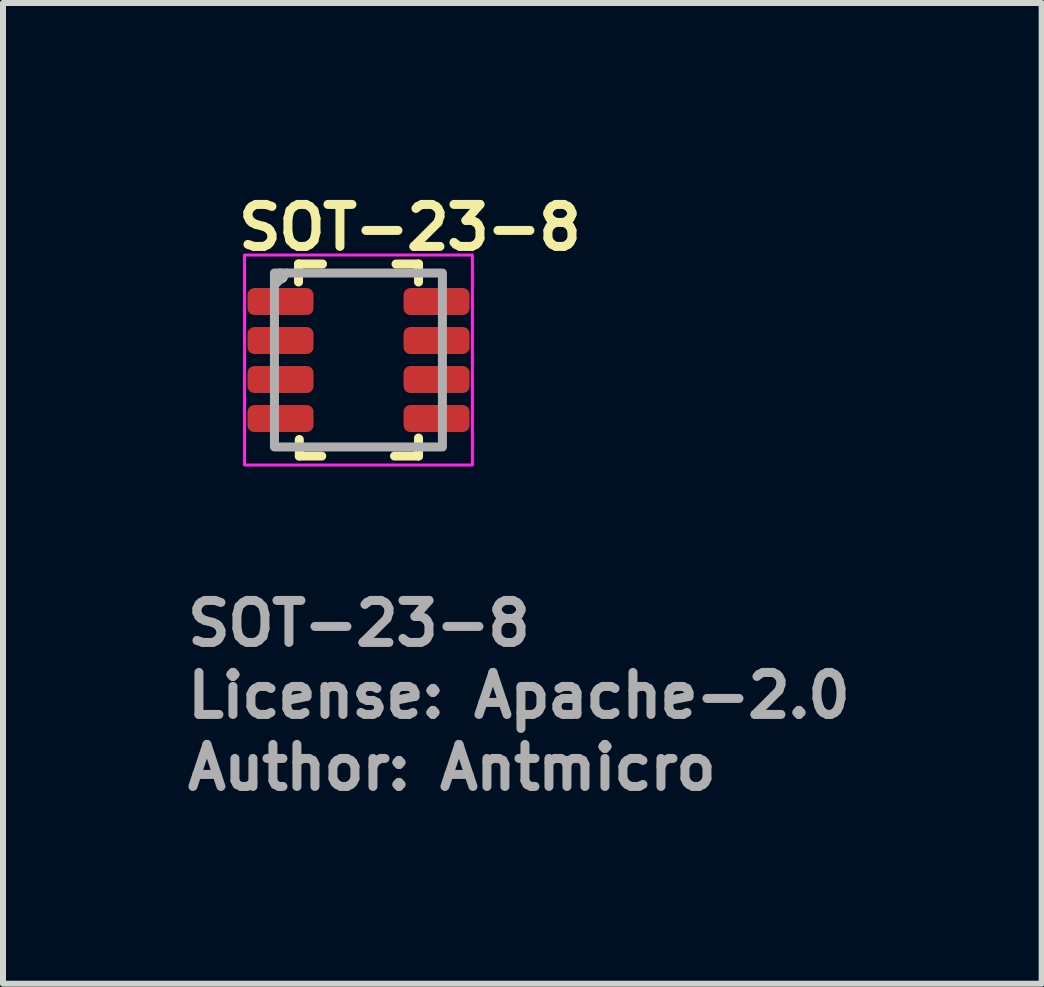
<source format=kicad_pcb>
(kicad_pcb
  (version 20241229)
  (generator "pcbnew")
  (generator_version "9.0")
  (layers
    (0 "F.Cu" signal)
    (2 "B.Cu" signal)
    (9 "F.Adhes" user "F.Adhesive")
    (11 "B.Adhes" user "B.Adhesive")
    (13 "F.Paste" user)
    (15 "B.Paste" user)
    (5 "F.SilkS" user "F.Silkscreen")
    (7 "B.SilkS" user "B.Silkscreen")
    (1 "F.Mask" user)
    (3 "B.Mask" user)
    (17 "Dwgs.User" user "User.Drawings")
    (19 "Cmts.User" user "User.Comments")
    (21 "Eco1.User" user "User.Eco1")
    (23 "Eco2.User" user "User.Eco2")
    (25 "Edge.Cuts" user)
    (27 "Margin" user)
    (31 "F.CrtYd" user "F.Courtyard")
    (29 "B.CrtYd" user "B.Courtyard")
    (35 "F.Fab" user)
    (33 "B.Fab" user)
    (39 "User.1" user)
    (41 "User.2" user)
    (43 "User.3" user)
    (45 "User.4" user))
  (footprint "SOT-23-8"
    (layer "F.Cu")
    (at 2.925 2.95)
    (property "Reference" "SOT-23-8" (at -2.075 -1.8 0) (layer "F.SilkS") (effects (font (size 0.7 0.7) (thickness 0.15)) (justify left bottom)))
    (attr smd)
    (fp_line (start -1 -1.6) (end -0.6 -1.6) (stroke (width 0.15) (type solid)) (layer "F.SilkS"))
    (fp_line (start -1 -1.3) (end -1 -1.6) (stroke (width 0.15) (type solid)) (layer "F.SilkS"))
    (fp_line (start -0.987 1.6) (end -0.987 1.324) (stroke (width 0.15) (type solid)) (layer "F.SilkS"))
    (fp_line (start -0.613 1.6) (end -0.987 1.6) (stroke (width 0.15) (type solid)) (layer "F.SilkS"))
    (fp_line (start 1 -1.6) (end 0.625 -1.6) (stroke (width 0.15) (type solid)) (layer "F.SilkS"))
    (fp_line (start 1 -1.3) (end 1 -1.6) (stroke (width 0.15) (type solid)) (layer "F.SilkS"))
    (fp_line (start 1 1.3) (end 1 1.6) (stroke (width 0.15) (type solid)) (layer "F.SilkS"))
    (fp_line (start 1 1.6) (end 0.6 1.6) (stroke (width 0.15) (type solid)) (layer "F.SilkS"))
    (fp_circle (center -1.3 -1.4) (end -1.25 -1.4) (stroke (width 0.15) (type solid)) (fill yes) (layer "F.SilkS"))
    (fp_rect (start -1.9 -1.75) (end 1.898 1.75) (stroke (width 0.05) (type solid)) (fill no) (layer "F.CrtYd"))
    (fp_line (start -1.4 -1.25) (end -1.2 -1.45) (stroke (width 0.15) (type solid)) (layer "F.Fab"))
    (fp_rect (start -1.401 -1.45) (end 1.398 1.449) (stroke (width 0.15) (type solid)) (fill no) (layer "F.Fab"))
    (fp_rect (start -1.401 -1.45) (end 1.398 1.449) (stroke (width 0.1) (type solid)) (fill no) (layer "User.5"))
    (fp_line (start -1.401 -1.125) (end -1.401 -0.826) (stroke (width 0.02) (type solid)) (layer "User.9"))
    (fp_line (start -1.401 -1.125) (end -1.18 -1.125) (stroke (width 0.02) (type solid)) (layer "User.9"))
    (fp_line (start -1.401 -0.476) (end -1.401 -0.176) (stroke (width 0.02) (type solid)) (layer "User.9"))
    (fp_line (start -1.401 -0.476) (end -1.18 -0.476) (stroke (width 0.02) (type solid)) (layer "User.9"))
    (fp_line (start -1.401 0.174) (end -1.401 0.474) (stroke (width 0.02) (type solid)) (layer "User.9"))
    (fp_line (start -1.401 0.174) (end -1.18 0.174) (stroke (width 0.02) (type solid)) (layer "User.9"))
    (fp_line (start -1.401 0.824) (end -1.401 1.124) (stroke (width 0.02) (type solid)) (layer "User.9"))
    (fp_line (start -1.401 0.824) (end -1.18 0.824) (stroke (width 0.02) (type solid)) (layer "User.9"))
    (fp_line (start -1.18 -1.125) (end -1.101 -1.125) (stroke (width 0.02) (type solid)) (layer "User.9"))
    (fp_line (start -1.18 -0.826) (end -1.401 -0.826) (stroke (width 0.02) (type solid)) (layer "User.9"))
    (fp_line (start -1.18 -0.476) (end -1.101 -0.476) (stroke (width 0.02) (type solid)) (layer "User.9"))
    (fp_line (start -1.18 -0.176) (end -1.401 -0.176) (stroke (width 0.02) (type solid)) (layer "User.9"))
    (fp_line (start -1.18 0.174) (end -1.101 0.174) (stroke (width 0.02) (type solid)) (layer "User.9"))
    (fp_line (start -1.18 0.474) (end -1.401 0.474) (stroke (width 0.02) (type solid)) (layer "User.9"))
    (fp_line (start -1.18 0.824) (end -1.101 0.824) (stroke (width 0.02) (type solid)) (layer "User.9"))
    (fp_line (start -1.18 1.124) (end -1.401 1.124) (stroke (width 0.02) (type solid)) (layer "User.9"))
    (fp_line (start -1.101 -1.125) (end -1.101 -0.826) (stroke (width 0.02) (type solid)) (layer "User.9"))
    (fp_line (start -1.101 -0.826) (end -1.18 -0.826) (stroke (width 0.02) (type solid)) (layer "User.9"))
    (fp_line (start -1.101 -0.476) (end -1.101 -0.176) (stroke (width 0.02) (type solid)) (layer "User.9"))
    (fp_line (start -1.101 -0.176) (end -1.18 -0.176) (stroke (width 0.02) (type solid)) (layer "User.9"))
    (fp_line (start -1.101 0.174) (end -1.101 0.474) (stroke (width 0.02) (type solid)) (layer "User.9"))
    (fp_line (start -1.101 0.474) (end -1.18 0.474) (stroke (width 0.02) (type solid)) (layer "User.9"))
    (fp_line (start -1.101 0.824) (end -1.101 1.124) (stroke (width 0.02) (type solid)) (layer "User.9"))
    (fp_line (start -1.101 1.124) (end -1.18 1.124) (stroke (width 0.02) (type solid)) (layer "User.9"))
    (fp_line (start -0.865 -1.125) (end -1.101 -1.125) (stroke (width 0.02) (type solid)) (layer "User.9"))
    (fp_line (start -0.865 -1.125) (end -0.802 -1.125) (stroke (width 0.02) (type solid)) (layer "User.9"))
    (fp_line (start -0.865 -0.826) (end -1.101 -0.826) (stroke (width 0.02) (type solid)) (layer "User.9"))
    (fp_line (start -0.865 -0.476) (end -1.101 -0.476) (stroke (width 0.02) (type solid)) (layer "User.9"))
    (fp_line (start -0.865 -0.476) (end -0.802 -0.476) (stroke (width 0.02) (type solid)) (layer "User.9"))
    (fp_line (start -0.865 -0.176) (end -1.101 -0.176) (stroke (width 0.02) (type solid)) (layer "User.9"))
    (fp_line (start -0.865 0.174) (end -1.101 0.174) (stroke (width 0.02) (type solid)) (layer "User.9"))
    (fp_line (start -0.865 0.174) (end -0.802 0.174) (stroke (width 0.02) (type solid)) (layer "User.9"))
    (fp_line (start -0.865 0.474) (end -1.101 0.474) (stroke (width 0.02) (type solid)) (layer "User.9"))
    (fp_line (start -0.865 0.824) (end -1.101 0.824) (stroke (width 0.02) (type solid)) (layer "User.9"))
    (fp_line (start -0.865 0.824) (end -0.802 0.824) (stroke (width 0.02) (type solid)) (layer "User.9"))
    (fp_line (start -0.865 1.124) (end -1.101 1.124) (stroke (width 0.02) (type solid)) (layer "User.9"))
    (fp_line (start -0.802 -1.45) (end -0.802 1.449) (stroke (width 0.02) (type solid)) (layer "User.9"))
    (fp_line (start -0.802 -1.45) (end -0.75 -1.401) (stroke (width 0.02) (type solid)) (layer "User.9"))
    (fp_line (start -0.802 -1.125) (end -0.802 -0.826) (stroke (width 0.02) (type solid)) (layer "User.9"))
    (fp_line (start -0.802 -0.826) (end -0.865 -0.826) (stroke (width 0.02) (type solid)) (layer "User.9"))
    (fp_line (start -0.802 -0.476) (end -0.802 -0.176) (stroke (width 0.02) (type solid)) (layer "User.9"))
    (fp_line (start -0.802 -0.176) (end -0.865 -0.176) (stroke (width 0.02) (type solid)) (layer "User.9"))
    (fp_line (start -0.802 0.174) (end -0.802 0.474) (stroke (width 0.02) (type solid)) (layer "User.9"))
    (fp_line (start -0.802 0.474) (end -0.865 0.474) (stroke (width 0.02) (type solid)) (layer "User.9"))
    (fp_line (start -0.802 0.824) (end -0.802 1.124) (stroke (width 0.02) (type solid)) (layer "User.9"))
    (fp_line (start -0.802 1.124) (end -0.865 1.124) (stroke (width 0.02) (type solid)) (layer "User.9"))
    (fp_line (start -0.802 1.449) (end -0.75 1.398) (stroke (width 0.02) (type solid)) (layer "User.9"))
    (fp_line (start -0.802 1.449) (end 0.8 1.449) (stroke (width 0.02) (type solid)) (layer "User.9"))
    (fp_line (start -0.75 1.398) (end -0.75 -1.401) (stroke (width 0.02) (type solid)) (layer "User.9"))
    (fp_line (start -0.552 -1.051) (end -0.551 -1.061) (stroke (width 0.02) (type solid)) (layer "User.9"))
    (fp_line (start -0.552 -1.051) (end -0.551 -1.041) (stroke (width 0.02) (type solid)) (layer "User.9"))
    (fp_line (start -0.551 -1.065) (end -0.551 -1.061) (stroke (width 0.02) (type solid)) (layer "User.9"))
    (fp_line (start -0.551 -1.061) (end -0.551 -1.057) (stroke (width 0.02) (type solid)) (layer "User.9"))
    (fp_line (start -0.551 -1.061) (end -0.55 -1.071) (stroke (width 0.02) (type solid)) (layer "User.9"))
    (fp_line (start -0.551 -1.057) (end -0.552 -1.051) (stroke (width 0.02) (type solid)) (layer "User.9"))
    (fp_line (start -0.551 -1.045) (end -0.552 -1.051) (stroke (width 0.02) (type solid)) (layer "User.9"))
    (fp_line (start -0.551 -1.041) (end -0.551 -1.045) (stroke (width 0.02) (type solid)) (layer "User.9"))
    (fp_line (start -0.551 -1.041) (end -0.55 -1.031) (stroke (width 0.02) (type solid)) (layer "User.9"))
    (fp_line (start -0.551 -1.037) (end -0.551 -1.041) (stroke (width 0.02) (type solid)) (layer "User.9"))
    (fp_line (start -0.55 -1.071) (end -0.551 -1.065) (stroke (width 0.02) (type solid)) (layer "User.9"))
    (fp_line (start -0.55 -1.071) (end -0.549 -1.081) (stroke (width 0.02) (type solid)) (layer "User.9"))
    (fp_line (start -0.55 -1.031) (end -0.551 -1.037) (stroke (width 0.02) (type solid)) (layer "User.9"))
    (fp_line (start -0.55 -1.031) (end -0.549 -1.022) (stroke (width 0.02) (type solid)) (layer "User.9"))
    (fp_line (start -0.549 -1.081) (end -0.549 -1.075) (stroke (width 0.02) (type solid)) (layer "User.9"))
    (fp_line (start -0.549 -1.081) (end -0.546 -1.091) (stroke (width 0.02) (type solid)) (layer "User.9"))
    (fp_line (start -0.549 -1.075) (end -0.55 -1.071) (stroke (width 0.02) (type solid)) (layer "User.9"))
    (fp_line (start -0.549 -1.027) (end -0.55 -1.031) (stroke (width 0.02) (type solid)) (layer "User.9"))
    (fp_line (start -0.549 -1.022) (end -0.549 -1.027) (stroke (width 0.02) (type solid)) (layer "User.9"))
    (fp_line (start -0.549 -1.022) (end -0.546 -1.012) (stroke (width 0.02) (type solid)) (layer "User.9"))
    (fp_line (start -0.548 -1.085) (end -0.549 -1.081) (stroke (width 0.02) (type solid)) (layer "User.9"))
    (fp_line (start -0.548 -1.016) (end -0.549 -1.022) (stroke (width 0.02) (type solid)) (layer "User.9"))
    (fp_line (start -0.546 -1.091) (end -0.548 -1.085) (stroke (width 0.02) (type solid)) (layer "User.9"))
    (fp_line (start -0.546 -1.091) (end -0.543 -1.099) (stroke (width 0.02) (type solid)) (layer "User.9"))
    (fp_line (start -0.546 -1.012) (end -0.548 -1.016) (stroke (width 0.02) (type solid)) (layer "User.9"))
    (fp_line (start -0.546 -1.012) (end -0.543 -1.002) (stroke (width 0.02) (type solid)) (layer "User.9"))
    (fp_line (start -0.545 -1.095) (end -0.546 -1.091) (stroke (width 0.02) (type solid)) (layer "User.9"))
    (fp_line (start -0.545 -1.008) (end -0.546 -1.012) (stroke (width 0.02) (type solid)) (layer "User.9"))
    (fp_line (start -0.543 -1.099) (end -0.545 -1.095) (stroke (width 0.02) (type solid)) (layer "User.9"))
    (fp_line (start -0.543 -1.099) (end -0.54 -1.109) (stroke (width 0.02) (type solid)) (layer "User.9"))
    (fp_line (start -0.543 -1.002) (end -0.545 -1.008) (stroke (width 0.02) (type solid)) (layer "User.9"))
    (fp_line (start -0.543 -1.002) (end -0.54 -0.993) (stroke (width 0.02) (type solid)) (layer "User.9"))
    (fp_line (start -0.542 -1.105) (end -0.543 -1.099) (stroke (width 0.02) (type solid)) (layer "User.9"))
    (fp_line (start -0.542 -0.997) (end -0.543 -1.002) (stroke (width 0.02) (type solid)) (layer "User.9"))
    (fp_line (start -0.54 -1.109) (end -0.542 -1.105) (stroke (width 0.02) (type solid)) (layer "User.9"))
    (fp_line (start -0.54 -1.109) (end -0.536 -1.117) (stroke (width 0.02) (type solid)) (layer "User.9"))
    (fp_line (start -0.54 -0.993) (end -0.542 -0.997) (stroke (width 0.02) (type solid)) (layer "User.9"))
    (fp_line (start -0.54 -0.993) (end -0.536 -0.984) (stroke (width 0.02) (type solid)) (layer "User.9"))
    (fp_line (start -0.538 -1.113) (end -0.54 -1.109) (stroke (width 0.02) (type solid)) (layer "User.9"))
    (fp_line (start -0.538 -0.988) (end -0.54 -0.993) (stroke (width 0.02) (type solid)) (layer "User.9"))
    (fp_line (start -0.536 -1.117) (end -0.538 -1.113) (stroke (width 0.02) (type solid)) (layer "User.9"))
    (fp_line (start -0.536 -1.117) (end -0.531 -1.125) (stroke (width 0.02) (type solid)) (layer "User.9"))
    (fp_line (start -0.536 -0.984) (end -0.538 -0.988) (stroke (width 0.02) (type solid)) (layer "User.9"))
    (fp_line (start -0.536 -0.984) (end -0.531 -0.975) (stroke (width 0.02) (type solid)) (layer "User.9"))
    (fp_line (start -0.534 -1.121) (end -0.536 -1.117) (stroke (width 0.02) (type solid)) (layer "User.9"))
    (fp_line (start -0.534 -0.98) (end -0.536 -0.984) (stroke (width 0.02) (type solid)) (layer "User.9"))
    (fp_line (start -0.531 -1.125) (end -0.534 -1.121) (stroke (width 0.02) (type solid)) (layer "User.9"))
    (fp_line (start -0.531 -1.125) (end -0.526 -1.135) (stroke (width 0.02) (type solid)) (layer "User.9"))
    (fp_line (start -0.531 -0.975) (end -0.534 -0.98) (stroke (width 0.02) (type solid)) (layer "User.9"))
    (fp_line (start -0.531 -0.975) (end -0.526 -0.967) (stroke (width 0.02) (type solid)) (layer "User.9"))
    (fp_line (start -0.529 -1.131) (end -0.531 -1.125) (stroke (width 0.02) (type solid)) (layer "User.9"))
    (fp_line (start -0.529 -0.971) (end -0.531 -0.975) (stroke (width 0.02) (type solid)) (layer "User.9"))
    (fp_line (start -0.526 -1.135) (end -0.529 -1.131) (stroke (width 0.02) (type solid)) (layer "User.9"))
    (fp_line (start -0.526 -1.135) (end -0.521 -1.143) (stroke (width 0.02) (type solid)) (layer "User.9"))
    (fp_line (start -0.526 -0.967) (end -0.529 -0.971) (stroke (width 0.02) (type solid)) (layer "User.9"))
    (fp_line (start -0.526 -0.967) (end -0.521 -0.96) (stroke (width 0.02) (type solid)) (layer "User.9"))
    (fp_line (start -0.524 -1.139) (end -0.526 -1.135) (stroke (width 0.02) (type solid)) (layer "User.9"))
    (fp_line (start -0.524 -0.963) (end -0.526 -0.967) (stroke (width 0.02) (type solid)) (layer "User.9"))
    (fp_line (start -0.521 -1.143) (end -0.524 -1.139) (stroke (width 0.02) (type solid)) (layer "User.9"))
    (fp_line (start -0.521 -1.143) (end -0.514 -1.149) (stroke (width 0.02) (type solid)) (layer "User.9"))
    (fp_line (start -0.521 -0.96) (end -0.524 -0.963) (stroke (width 0.02) (type solid)) (layer "User.9"))
    (fp_line (start -0.521 -0.96) (end -0.514 -0.953) (stroke (width 0.02) (type solid)) (layer "User.9"))
    (fp_line (start -0.518 -1.145) (end -0.521 -1.143) (stroke (width 0.02) (type solid)) (layer "User.9"))
    (fp_line (start -0.518 -0.957) (end -0.521 -0.96) (stroke (width 0.02) (type solid)) (layer "User.9"))
    (fp_line (start -0.514 -1.149) (end -0.518 -1.145) (stroke (width 0.02) (type solid)) (layer "User.9"))
    (fp_line (start -0.514 -1.149) (end -0.507 -1.156) (stroke (width 0.02) (type solid)) (layer "User.9"))
    (fp_line (start -0.514 -0.953) (end -0.518 -0.957) (stroke (width 0.02) (type solid)) (layer "User.9"))
    (fp_line (start -0.514 -0.953) (end -0.507 -0.946) (stroke (width 0.02) (type solid)) (layer "User.9"))
    (fp_line (start -0.51 -1.154) (end -0.514 -1.149) (stroke (width 0.02) (type solid)) (layer "User.9"))
    (fp_line (start -0.51 -0.949) (end -0.514 -0.953) (stroke (width 0.02) (type solid)) (layer "User.9"))
    (fp_line (start -0.507 -1.156) (end -0.51 -1.154) (stroke (width 0.02) (type solid)) (layer "User.9"))
    (fp_line (start -0.507 -1.156) (end -0.5 -1.164) (stroke (width 0.02) (type solid)) (layer "User.9"))
    (fp_line (start -0.507 -0.946) (end -0.51 -0.949) (stroke (width 0.02) (type solid)) (layer "User.9"))
    (fp_line (start -0.507 -0.946) (end -0.5 -0.939) (stroke (width 0.02) (type solid)) (layer "User.9"))
    (fp_line (start -0.503 -1.16) (end -0.507 -1.156) (stroke (width 0.02) (type solid)) (layer "User.9"))
    (fp_line (start -0.503 -0.942) (end -0.507 -0.946) (stroke (width 0.02) (type solid)) (layer "User.9"))
    (fp_line (start -0.5 -1.164) (end -0.503 -1.16) (stroke (width 0.02) (type solid)) (layer "User.9"))
    (fp_line (start -0.5 -1.164) (end -0.492 -1.17) (stroke (width 0.02) (type solid)) (layer "User.9"))
    (fp_line (start -0.5 -0.939) (end -0.503 -0.942) (stroke (width 0.02) (type solid)) (layer "User.9"))
    (fp_line (start -0.5 -0.939) (end -0.492 -0.933) (stroke (width 0.02) (type solid)) (layer "User.9"))
    (fp_line (start -0.496 -1.166) (end -0.5 -1.164) (stroke (width 0.02) (type solid)) (layer "User.9"))
    (fp_line (start -0.496 -0.936) (end -0.5 -0.939) (stroke (width 0.02) (type solid)) (layer "User.9"))
    (fp_line (start -0.492 -1.17) (end -0.496 -1.166) (stroke (width 0.02) (type solid)) (layer "User.9"))
    (fp_line (start -0.492 -1.17) (end -0.484 -1.176) (stroke (width 0.02) (type solid)) (layer "User.9"))
    (fp_line (start -0.492 -0.933) (end -0.496 -0.936) (stroke (width 0.02) (type solid)) (layer "User.9"))
    (fp_line (start -0.492 -0.933) (end -0.484 -0.927) (stroke (width 0.02) (type solid)) (layer "User.9"))
    (fp_line (start -0.488 -1.172) (end -0.492 -1.17) (stroke (width 0.02) (type solid)) (layer "User.9"))
    (fp_line (start -0.488 -0.93) (end -0.492 -0.933) (stroke (width 0.02) (type solid)) (layer "User.9"))
    (fp_line (start -0.484 -1.176) (end -0.488 -1.172) (stroke (width 0.02) (type solid)) (layer "User.9"))
    (fp_line (start -0.484 -1.176) (end -0.476 -1.18) (stroke (width 0.02) (type solid)) (layer "User.9"))
    (fp_line (start -0.484 -0.927) (end -0.488 -0.93) (stroke (width 0.02) (type solid)) (layer "User.9"))
    (fp_line (start -0.484 -0.927) (end -0.476 -0.922) (stroke (width 0.02) (type solid)) (layer "User.9"))
    (fp_line (start -0.48 -1.178) (end -0.484 -1.176) (stroke (width 0.02) (type solid)) (layer "User.9"))
    (fp_line (start -0.48 -0.924) (end -0.484 -0.927) (stroke (width 0.02) (type solid)) (layer "User.9"))
    (fp_line (start -0.476 -1.18) (end -0.48 -1.178) (stroke (width 0.02) (type solid)) (layer "User.9"))
    (fp_line (start -0.476 -1.18) (end -0.476 -1.18) (stroke (width 0.02) (type solid)) (layer "User.9"))
    (fp_line (start -0.476 -1.18) (end -0.476 -1.18) (stroke (width 0.02) (type solid)) (layer "User.9"))
    (fp_line (start -0.476 -1.18) (end -0.468 -1.186) (stroke (width 0.02) (type solid)) (layer "User.9"))
    (fp_line (start -0.476 -0.922) (end -0.48 -0.924) (stroke (width 0.02) (type solid)) (layer "User.9"))
    (fp_line (start -0.476 -0.922) (end -0.476 -0.922) (stroke (width 0.02) (type solid)) (layer "User.9"))
    (fp_line (start -0.476 -0.922) (end -0.476 -0.922) (stroke (width 0.02) (type solid)) (layer "User.9"))
    (fp_line (start -0.476 -0.922) (end -0.468 -0.917) (stroke (width 0.02) (type solid)) (layer "User.9"))
    (fp_line (start -0.468 -1.186) (end -0.476 -1.18) (stroke (width 0.02) (type solid)) (layer "User.9"))
    (fp_line (start -0.468 -1.186) (end -0.459 -1.19) (stroke (width 0.02) (type solid)) (layer "User.9"))
    (fp_line (start -0.468 -0.917) (end -0.476 -0.922) (stroke (width 0.02) (type solid)) (layer "User.9"))
    (fp_line (start -0.468 -0.917) (end -0.459 -0.913) (stroke (width 0.02) (type solid)) (layer "User.9"))
    (fp_line (start -0.459 -1.19) (end -0.468 -1.186) (stroke (width 0.02) (type solid)) (layer "User.9"))
    (fp_line (start -0.459 -1.19) (end -0.448 -1.194) (stroke (width 0.02) (type solid)) (layer "User.9"))
    (fp_line (start -0.459 -0.913) (end -0.468 -0.917) (stroke (width 0.02) (type solid)) (layer "User.9"))
    (fp_line (start -0.459 -0.913) (end -0.448 -0.909) (stroke (width 0.02) (type solid)) (layer "User.9"))
    (fp_line (start -0.448 -1.194) (end -0.459 -1.19) (stroke (width 0.02) (type solid)) (layer "User.9"))
    (fp_line (start -0.448 -1.194) (end -0.439 -1.196) (stroke (width 0.02) (type solid)) (layer "User.9"))
    (fp_line (start -0.448 -0.909) (end -0.459 -0.913) (stroke (width 0.02) (type solid)) (layer "User.9"))
    (fp_line (start -0.448 -0.909) (end -0.439 -0.907) (stroke (width 0.02) (type solid)) (layer "User.9"))
    (fp_line (start -0.439 -1.196) (end -0.448 -1.194) (stroke (width 0.02) (type solid)) (layer "User.9"))
    (fp_line (start -0.439 -1.196) (end -0.429 -1.198) (stroke (width 0.02) (type solid)) (layer "User.9"))
    (fp_line (start -0.439 -0.907) (end -0.448 -0.909) (stroke (width 0.02) (type solid)) (layer "User.9"))
    (fp_line (start -0.439 -0.907) (end -0.429 -0.904) (stroke (width 0.02) (type solid)) (layer "User.9"))
    (fp_line (start -0.429 -1.198) (end -0.439 -1.196) (stroke (width 0.02) (type solid)) (layer "User.9"))
    (fp_line (start -0.429 -1.198) (end -0.42 -1.2) (stroke (width 0.02) (type solid)) (layer "User.9"))
    (fp_line (start -0.429 -0.904) (end -0.439 -0.907) (stroke (width 0.02) (type solid)) (layer "User.9"))
    (fp_line (start -0.429 -0.904) (end -0.42 -0.903) (stroke (width 0.02) (type solid)) (layer "User.9"))
    (fp_line (start -0.42 -1.2) (end -0.429 -1.198) (stroke (width 0.02) (type solid)) (layer "User.9"))
    (fp_line (start -0.42 -1.2) (end -0.411 -1.2) (stroke (width 0.02) (type solid)) (layer "User.9"))
    (fp_line (start -0.42 -0.903) (end -0.429 -0.904) (stroke (width 0.02) (type solid)) (layer "User.9"))
    (fp_line (start -0.42 -0.903) (end -0.411 -0.902) (stroke (width 0.02) (type solid)) (layer "User.9"))
    (fp_line (start -0.411 -1.2) (end -0.42 -1.2) (stroke (width 0.02) (type solid)) (layer "User.9"))
    (fp_line (start -0.411 -1.2) (end -0.402 -1.2) (stroke (width 0.02) (type solid)) (layer "User.9"))
    (fp_line (start -0.411 -0.902) (end -0.42 -0.903) (stroke (width 0.02) (type solid)) (layer "User.9"))
    (fp_line (start -0.411 -0.902) (end -0.402 -0.902) (stroke (width 0.02) (type solid)) (layer "User.9"))
    (fp_line (start -0.402 -1.2) (end -0.411 -1.2) (stroke (width 0.02) (type solid)) (layer "User.9"))
    (fp_line (start -0.402 -1.2) (end -0.392 -1.2) (stroke (width 0.02) (type solid)) (layer "User.9"))
    (fp_line (start -0.402 -0.902) (end -0.411 -0.902) (stroke (width 0.02) (type solid)) (layer "User.9"))
    (fp_line (start -0.402 -0.902) (end -0.392 -0.902) (stroke (width 0.02) (type solid)) (layer "User.9"))
    (fp_line (start -0.392 -1.2) (end -0.402 -1.2) (stroke (width 0.02) (type solid)) (layer "User.9"))
    (fp_line (start -0.392 -1.2) (end -0.381 -1.2) (stroke (width 0.02) (type solid)) (layer "User.9"))
    (fp_line (start -0.392 -0.902) (end -0.402 -0.902) (stroke (width 0.02) (type solid)) (layer "User.9"))
    (fp_line (start -0.392 -0.902) (end -0.381 -0.903) (stroke (width 0.02) (type solid)) (layer "User.9"))
    (fp_line (start -0.381 -1.2) (end -0.392 -1.2) (stroke (width 0.02) (type solid)) (layer "User.9"))
    (fp_line (start -0.381 -1.2) (end -0.372 -1.198) (stroke (width 0.02) (type solid)) (layer "User.9"))
    (fp_line (start -0.381 -0.903) (end -0.392 -0.902) (stroke (width 0.02) (type solid)) (layer "User.9"))
    (fp_line (start -0.381 -0.903) (end -0.372 -0.904) (stroke (width 0.02) (type solid)) (layer "User.9"))
    (fp_line (start -0.372 -1.198) (end -0.381 -1.2) (stroke (width 0.02) (type solid)) (layer "User.9"))
    (fp_line (start -0.372 -1.198) (end -0.362 -1.196) (stroke (width 0.02) (type solid)) (layer "User.9"))
    (fp_line (start -0.372 -0.904) (end -0.381 -0.903) (stroke (width 0.02) (type solid)) (layer "User.9"))
    (fp_line (start -0.372 -0.904) (end -0.362 -0.907) (stroke (width 0.02) (type solid)) (layer "User.9"))
    (fp_line (start -0.362 -1.196) (end -0.372 -1.198) (stroke (width 0.02) (type solid)) (layer "User.9"))
    (fp_line (start -0.362 -1.196) (end -0.353 -1.194) (stroke (width 0.02) (type solid)) (layer "User.9"))
    (fp_line (start -0.362 -0.907) (end -0.372 -0.904) (stroke (width 0.02) (type solid)) (layer "User.9"))
    (fp_line (start -0.362 -0.907) (end -0.353 -0.909) (stroke (width 0.02) (type solid)) (layer "User.9"))
    (fp_line (start -0.353 -1.194) (end -0.362 -1.196) (stroke (width 0.02) (type solid)) (layer "User.9"))
    (fp_line (start -0.353 -1.194) (end -0.344 -1.19) (stroke (width 0.02) (type solid)) (layer "User.9"))
    (fp_line (start -0.353 -0.909) (end -0.362 -0.907) (stroke (width 0.02) (type solid)) (layer "User.9"))
    (fp_line (start -0.353 -0.909) (end -0.344 -0.913) (stroke (width 0.02) (type solid)) (layer "User.9"))
    (fp_line (start -0.344 -1.19) (end -0.353 -1.194) (stroke (width 0.02) (type solid)) (layer "User.9"))
    (fp_line (start -0.344 -1.19) (end -0.335 -1.186) (stroke (width 0.02) (type solid)) (layer "User.9"))
    (fp_line (start -0.344 -0.913) (end -0.353 -0.909) (stroke (width 0.02) (type solid)) (layer "User.9"))
    (fp_line (start -0.344 -0.913) (end -0.335 -0.917) (stroke (width 0.02) (type solid)) (layer "User.9"))
    (fp_line (start -0.335 -1.186) (end -0.344 -1.19) (stroke (width 0.02) (type solid)) (layer "User.9"))
    (fp_line (start -0.335 -1.186) (end -0.327 -1.18) (stroke (width 0.02) (type solid)) (layer "User.9"))
    (fp_line (start -0.335 -0.917) (end -0.344 -0.913) (stroke (width 0.02) (type solid)) (layer "User.9"))
    (fp_line (start -0.335 -0.917) (end -0.327 -0.922) (stroke (width 0.02) (type solid)) (layer "User.9"))
    (fp_line (start -0.327 -1.18) (end -0.335 -1.186) (stroke (width 0.02) (type solid)) (layer "User.9"))
    (fp_line (start -0.327 -1.18) (end -0.327 -1.18) (stroke (width 0.02) (type solid)) (layer "User.9"))
    (fp_line (start -0.327 -1.18) (end -0.327 -1.18) (stroke (width 0.02) (type solid)) (layer "User.9"))
    (fp_line (start -0.327 -1.18) (end -0.322 -1.178) (stroke (width 0.02) (type solid)) (layer "User.9"))
    (fp_line (start -0.327 -0.922) (end -0.335 -0.917) (stroke (width 0.02) (type solid)) (layer "User.9"))
    (fp_line (start -0.327 -0.922) (end -0.327 -0.922) (stroke (width 0.02) (type solid)) (layer "User.9"))
    (fp_line (start -0.327 -0.922) (end -0.327 -0.922) (stroke (width 0.02) (type solid)) (layer "User.9"))
    (fp_line (start -0.327 -0.922) (end -0.322 -0.924) (stroke (width 0.02) (type solid)) (layer "User.9"))
    (fp_line (start -0.322 -1.178) (end -0.317 -1.176) (stroke (width 0.02) (type solid)) (layer "User.9"))
    (fp_line (start -0.322 -0.924) (end -0.317 -0.927) (stroke (width 0.02) (type solid)) (layer "User.9"))
    (fp_line (start -0.317 -1.176) (end -0.327 -1.18) (stroke (width 0.02) (type solid)) (layer "User.9"))
    (fp_line (start -0.317 -1.176) (end -0.313 -1.172) (stroke (width 0.02) (type solid)) (layer "User.9"))
    (fp_line (start -0.317 -0.927) (end -0.327 -0.922) (stroke (width 0.02) (type solid)) (layer "User.9"))
    (fp_line (start -0.317 -0.927) (end -0.313 -0.93) (stroke (width 0.02) (type solid)) (layer "User.9"))
    (fp_line (start -0.313 -1.172) (end -0.309 -1.17) (stroke (width 0.02) (type solid)) (layer "User.9"))
    (fp_line (start -0.313 -0.93) (end -0.309 -0.933) (stroke (width 0.02) (type solid)) (layer "User.9"))
    (fp_line (start -0.309 -1.17) (end -0.317 -1.176) (stroke (width 0.02) (type solid)) (layer "User.9"))
    (fp_line (start -0.309 -1.17) (end -0.305 -1.166) (stroke (width 0.02) (type solid)) (layer "User.9"))
    (fp_line (start -0.309 -0.933) (end -0.317 -0.927) (stroke (width 0.02) (type solid)) (layer "User.9"))
    (fp_line (start -0.309 -0.933) (end -0.305 -0.936) (stroke (width 0.02) (type solid)) (layer "User.9"))
    (fp_line (start -0.305 -1.166) (end -0.301 -1.164) (stroke (width 0.02) (type solid)) (layer "User.9"))
    (fp_line (start -0.305 -0.936) (end -0.301 -0.939) (stroke (width 0.02) (type solid)) (layer "User.9"))
    (fp_line (start -0.301 -1.164) (end -0.309 -1.17) (stroke (width 0.02) (type solid)) (layer "User.9"))
    (fp_line (start -0.301 -1.164) (end -0.298 -1.16) (stroke (width 0.02) (type solid)) (layer "User.9"))
    (fp_line (start -0.301 -0.939) (end -0.309 -0.933) (stroke (width 0.02) (type solid)) (layer "User.9"))
    (fp_line (start -0.301 -0.939) (end -0.298 -0.942) (stroke (width 0.02) (type solid)) (layer "User.9"))
    (fp_line (start -0.298 -1.16) (end -0.294 -1.156) (stroke (width 0.02) (type solid)) (layer "User.9"))
    (fp_line (start -0.298 -0.942) (end -0.294 -0.946) (stroke (width 0.02) (type solid)) (layer "User.9"))
    (fp_line (start -0.294 -1.156) (end -0.301 -1.164) (stroke (width 0.02) (type solid)) (layer "User.9"))
    (fp_line (start -0.294 -1.156) (end -0.291 -1.154) (stroke (width 0.02) (type solid)) (layer "User.9"))
    (fp_line (start -0.294 -0.946) (end -0.301 -0.939) (stroke (width 0.02) (type solid)) (layer "User.9"))
    (fp_line (start -0.294 -0.946) (end -0.291 -0.949) (stroke (width 0.02) (type solid)) (layer "User.9"))
    (fp_line (start -0.291 -1.154) (end -0.289 -1.149) (stroke (width 0.02) (type solid)) (layer "User.9"))
    (fp_line (start -0.291 -0.949) (end -0.289 -0.953) (stroke (width 0.02) (type solid)) (layer "User.9"))
    (fp_line (start -0.289 -1.149) (end -0.294 -1.156) (stroke (width 0.02) (type solid)) (layer "User.9"))
    (fp_line (start -0.289 -1.149) (end -0.285 -1.145) (stroke (width 0.02) (type solid)) (layer "User.9"))
    (fp_line (start -0.289 -0.953) (end -0.294 -0.946) (stroke (width 0.02) (type solid)) (layer "User.9"))
    (fp_line (start -0.289 -0.953) (end -0.285 -0.957) (stroke (width 0.02) (type solid)) (layer "User.9"))
    (fp_line (start -0.285 -1.145) (end -0.282 -1.143) (stroke (width 0.02) (type solid)) (layer "User.9"))
    (fp_line (start -0.285 -0.957) (end -0.282 -0.96) (stroke (width 0.02) (type solid)) (layer "User.9"))
    (fp_line (start -0.282 -1.143) (end -0.289 -1.149) (stroke (width 0.02) (type solid)) (layer "User.9"))
    (fp_line (start -0.282 -1.143) (end -0.279 -1.139) (stroke (width 0.02) (type solid)) (layer "User.9"))
    (fp_line (start -0.282 -0.96) (end -0.289 -0.953) (stroke (width 0.02) (type solid)) (layer "User.9"))
    (fp_line (start -0.282 -0.96) (end -0.279 -0.963) (stroke (width 0.02) (type solid)) (layer "User.9"))
    (fp_line (start -0.279 -1.139) (end -0.277 -1.135) (stroke (width 0.02) (type solid)) (layer "User.9"))
    (fp_line (start -0.279 -0.963) (end -0.277 -0.967) (stroke (width 0.02) (type solid)) (layer "User.9"))
    (fp_line (start -0.277 -1.135) (end -0.282 -1.143) (stroke (width 0.02) (type solid)) (layer "User.9"))
    (fp_line (start -0.277 -1.135) (end -0.274 -1.131) (stroke (width 0.02) (type solid)) (layer "User.9"))
    (fp_line (start -0.277 -0.967) (end -0.282 -0.96) (stroke (width 0.02) (type solid)) (layer "User.9"))
    (fp_line (start -0.277 -0.967) (end -0.274 -0.971) (stroke (width 0.02) (type solid)) (layer "User.9"))
    (fp_line (start -0.274 -1.131) (end -0.272 -1.125) (stroke (width 0.02) (type solid)) (layer "User.9"))
    (fp_line (start -0.274 -0.971) (end -0.272 -0.975) (stroke (width 0.02) (type solid)) (layer "User.9"))
    (fp_line (start -0.272 -1.125) (end -0.277 -1.135) (stroke (width 0.02) (type solid)) (layer "User.9"))
    (fp_line (start -0.272 -1.125) (end -0.269 -1.121) (stroke (width 0.02) (type solid)) (layer "User.9"))
    (fp_line (start -0.272 -0.975) (end -0.277 -0.967) (stroke (width 0.02) (type solid)) (layer "User.9"))
    (fp_line (start -0.272 -0.975) (end -0.269 -0.98) (stroke (width 0.02) (type solid)) (layer "User.9"))
    (fp_line (start -0.269 -1.121) (end -0.267 -1.117) (stroke (width 0.02) (type solid)) (layer "User.9"))
    (fp_line (start -0.269 -0.98) (end -0.267 -0.984) (stroke (width 0.02) (type solid)) (layer "User.9"))
    (fp_line (start -0.267 -1.117) (end -0.272 -1.125) (stroke (width 0.02) (type solid)) (layer "User.9"))
    (fp_line (start -0.267 -1.117) (end -0.265 -1.113) (stroke (width 0.02) (type solid)) (layer "User.9"))
    (fp_line (start -0.267 -0.984) (end -0.272 -0.975) (stroke (width 0.02) (type solid)) (layer "User.9"))
    (fp_line (start -0.267 -0.984) (end -0.265 -0.988) (stroke (width 0.02) (type solid)) (layer "User.9"))
    (fp_line (start -0.265 -1.113) (end -0.263 -1.109) (stroke (width 0.02) (type solid)) (layer "User.9"))
    (fp_line (start -0.265 -0.988) (end -0.263 -0.993) (stroke (width 0.02) (type solid)) (layer "User.9"))
    (fp_line (start -0.263 -1.109) (end -0.267 -1.117) (stroke (width 0.02) (type solid)) (layer "User.9"))
    (fp_line (start -0.263 -1.109) (end -0.261 -1.105) (stroke (width 0.02) (type solid)) (layer "User.9"))
    (fp_line (start -0.263 -0.993) (end -0.267 -0.984) (stroke (width 0.02) (type solid)) (layer "User.9"))
    (fp_line (start -0.263 -0.993) (end -0.261 -0.997) (stroke (width 0.02) (type solid)) (layer "User.9"))
    (fp_line (start -0.261 -1.105) (end -0.26 -1.099) (stroke (width 0.02) (type solid)) (layer "User.9"))
    (fp_line (start -0.261 -0.997) (end -0.26 -1.002) (stroke (width 0.02) (type solid)) (layer "User.9"))
    (fp_line (start -0.26 -1.099) (end -0.263 -1.109) (stroke (width 0.02) (type solid)) (layer "User.9"))
    (fp_line (start -0.26 -1.099) (end -0.258 -1.095) (stroke (width 0.02) (type solid)) (layer "User.9"))
    (fp_line (start -0.26 -1.002) (end -0.263 -0.993) (stroke (width 0.02) (type solid)) (layer "User.9"))
    (fp_line (start -0.26 -1.002) (end -0.258 -1.008) (stroke (width 0.02) (type solid)) (layer "User.9"))
    (fp_line (start -0.258 -1.095) (end -0.256 -1.091) (stroke (width 0.02) (type solid)) (layer "User.9"))
    (fp_line (start -0.258 -1.008) (end -0.256 -1.012) (stroke (width 0.02) (type solid)) (layer "User.9"))
    (fp_line (start -0.256 -1.091) (end -0.26 -1.099) (stroke (width 0.02) (type solid)) (layer "User.9"))
    (fp_line (start -0.256 -1.091) (end -0.254 -1.085) (stroke (width 0.02) (type solid)) (layer "User.9"))
    (fp_line (start -0.256 -1.012) (end -0.26 -1.002) (stroke (width 0.02) (type solid)) (layer "User.9"))
    (fp_line (start -0.256 -1.012) (end -0.254 -1.016) (stroke (width 0.02) (type solid)) (layer "User.9"))
    (fp_line (start -0.254 -1.085) (end -0.253 -1.081) (stroke (width 0.02) (type solid)) (layer "User.9"))
    (fp_line (start -0.254 -1.016) (end -0.253 -1.022) (stroke (width 0.02) (type solid)) (layer "User.9"))
    (fp_line (start -0.253 -1.081) (end -0.256 -1.091) (stroke (width 0.02) (type solid)) (layer "User.9"))
    (fp_line (start -0.253 -1.081) (end -0.253 -1.075) (stroke (width 0.02) (type solid)) (layer "User.9"))
    (fp_line (start -0.253 -1.075) (end -0.252 -1.071) (stroke (width 0.02) (type solid)) (layer "User.9"))
    (fp_line (start -0.253 -1.027) (end -0.252 -1.031) (stroke (width 0.02) (type solid)) (layer "User.9"))
    (fp_line (start -0.253 -1.022) (end -0.256 -1.012) (stroke (width 0.02) (type solid)) (layer "User.9"))
    (fp_line (start -0.253 -1.022) (end -0.253 -1.027) (stroke (width 0.02) (type solid)) (layer "User.9"))
    (fp_line (start -0.252 -1.071) (end -0.253 -1.081) (stroke (width 0.02) (type solid)) (layer "User.9"))
    (fp_line (start -0.252 -1.071) (end -0.251 -1.065) (stroke (width 0.02) (type solid)) (layer "User.9"))
    (fp_line (start -0.252 -1.031) (end -0.253 -1.022) (stroke (width 0.02) (type solid)) (layer "User.9"))
    (fp_line (start -0.252 -1.031) (end -0.251 -1.037) (stroke (width 0.02) (type solid)) (layer "User.9"))
    (fp_line (start -0.251 -1.065) (end -0.251 -1.061) (stroke (width 0.02) (type solid)) (layer "User.9"))
    (fp_line (start -0.251 -1.061) (end -0.252 -1.071) (stroke (width 0.02) (type solid)) (layer "User.9"))
    (fp_line (start -0.251 -1.061) (end -0.251 -1.057) (stroke (width 0.02) (type solid)) (layer "User.9"))
    (fp_line (start -0.251 -1.057) (end -0.25 -1.051) (stroke (width 0.02) (type solid)) (layer "User.9"))
    (fp_line (start -0.251 -1.045) (end -0.25 -1.051) (stroke (width 0.02) (type solid)) (layer "User.9"))
    (fp_line (start -0.251 -1.041) (end -0.252 -1.031) (stroke (width 0.02) (type solid)) (layer "User.9"))
    (fp_line (start -0.251 -1.041) (end -0.251 -1.045) (stroke (width 0.02) (type solid)) (layer "User.9"))
    (fp_line (start -0.251 -1.037) (end -0.251 -1.041) (stroke (width 0.02) (type solid)) (layer "User.9"))
    (fp_line (start -0.25 -1.051) (end -0.251 -1.061) (stroke (width 0.02) (type solid)) (layer "User.9"))
    (fp_line (start -0.25 -1.051) (end -0.251 -1.041) (stroke (width 0.02) (type solid)) (layer "User.9"))
    (fp_line (start 0.748 -1.401) (end -0.75 -1.401) (stroke (width 0.02) (type solid)) (layer "User.9"))
    (fp_line (start 0.748 -1.401) (end 0.748 1.398) (stroke (width 0.02) (type solid)) (layer "User.9"))
    (fp_line (start 0.748 -1.401) (end 0.8 -1.45) (stroke (width 0.02) (type solid)) (layer "User.9"))
    (fp_line (start 0.748 1.398) (end -0.75 1.398) (stroke (width 0.02) (type solid)) (layer "User.9"))
    (fp_line (start 0.8 -1.45) (end -0.802 -1.45) (stroke (width 0.02) (type solid)) (layer "User.9"))
    (fp_line (start 0.8 -1.125) (end 0.8 -0.826) (stroke (width 0.02) (type solid)) (layer "User.9"))
    (fp_line (start 0.8 -1.125) (end 0.863 -1.125) (stroke (width 0.02) (type solid)) (layer "User.9"))
    (fp_line (start 0.8 -0.826) (end 0.863 -0.826) (stroke (width 0.02) (type solid)) (layer "User.9"))
    (fp_line (start 0.8 -0.476) (end 0.8 -0.176) (stroke (width 0.02) (type solid)) (layer "User.9"))
    (fp_line (start 0.8 -0.476) (end 0.863 -0.476) (stroke (width 0.02) (type solid)) (layer "User.9"))
    (fp_line (start 0.8 -0.176) (end 0.863 -0.176) (stroke (width 0.02) (type solid)) (layer "User.9"))
    (fp_line (start 0.8 0.174) (end 0.8 0.474) (stroke (width 0.02) (type solid)) (layer "User.9"))
    (fp_line (start 0.8 0.174) (end 0.863 0.174) (stroke (width 0.02) (type solid)) (layer "User.9"))
    (fp_line (start 0.8 0.474) (end 0.863 0.474) (stroke (width 0.02) (type solid)) (layer "User.9"))
    (fp_line (start 0.8 0.824) (end 0.8 1.124) (stroke (width 0.02) (type solid)) (layer "User.9"))
    (fp_line (start 0.8 0.824) (end 0.863 0.824) (stroke (width 0.02) (type solid)) (layer "User.9"))
    (fp_line (start 0.8 1.124) (end 0.863 1.124) (stroke (width 0.02) (type solid)) (layer "User.9"))
    (fp_line (start 0.8 1.449) (end 0.748 1.398) (stroke (width 0.02) (type solid)) (layer "User.9"))
    (fp_line (start 0.8 1.449) (end 0.8 -1.45) (stroke (width 0.02) (type solid)) (layer "User.9"))
    (fp_line (start 0.863 -0.826) (end 1.1 -0.826) (stroke (width 0.02) (type solid)) (layer "User.9"))
    (fp_line (start 0.863 -0.176) (end 1.1 -0.176) (stroke (width 0.02) (type solid)) (layer "User.9"))
    (fp_line (start 0.863 0.474) (end 1.1 0.474) (stroke (width 0.02) (type solid)) (layer "User.9"))
    (fp_line (start 0.863 1.124) (end 1.1 1.124) (stroke (width 0.02) (type solid)) (layer "User.9"))
    (fp_line (start 1.1 -1.125) (end 0.863 -1.125) (stroke (width 0.02) (type solid)) (layer "User.9"))
    (fp_line (start 1.1 -1.125) (end 1.179 -1.125) (stroke (width 0.02) (type solid)) (layer "User.9"))
    (fp_line (start 1.1 -0.826) (end 1.1 -1.125) (stroke (width 0.02) (type solid)) (layer "User.9"))
    (fp_line (start 1.1 -0.826) (end 1.179 -0.826) (stroke (width 0.02) (type solid)) (layer "User.9"))
    (fp_line (start 1.1 -0.476) (end 0.863 -0.476) (stroke (width 0.02) (type solid)) (layer "User.9"))
    (fp_line (start 1.1 -0.476) (end 1.179 -0.476) (stroke (width 0.02) (type solid)) (layer "User.9"))
    (fp_line (start 1.1 -0.176) (end 1.1 -0.476) (stroke (width 0.02) (type solid)) (layer "User.9"))
    (fp_line (start 1.1 -0.176) (end 1.179 -0.176) (stroke (width 0.02) (type solid)) (layer "User.9"))
    (fp_line (start 1.1 0.174) (end 0.863 0.174) (stroke (width 0.02) (type solid)) (layer "User.9"))
    (fp_line (start 1.1 0.174) (end 1.179 0.174) (stroke (width 0.02) (type solid)) (layer "User.9"))
    (fp_line (start 1.1 0.474) (end 1.1 0.174) (stroke (width 0.02) (type solid)) (layer "User.9"))
    (fp_line (start 1.1 0.474) (end 1.179 0.474) (stroke (width 0.02) (type solid)) (layer "User.9"))
    (fp_line (start 1.1 0.824) (end 0.863 0.824) (stroke (width 0.02) (type solid)) (layer "User.9"))
    (fp_line (start 1.1 0.824) (end 1.179 0.824) (stroke (width 0.02) (type solid)) (layer "User.9"))
    (fp_line (start 1.1 1.124) (end 1.1 0.824) (stroke (width 0.02) (type solid)) (layer "User.9"))
    (fp_line (start 1.1 1.124) (end 1.179 1.124) (stroke (width 0.02) (type solid)) (layer "User.9"))
    (fp_line (start 1.179 -1.125) (end 1.398 -1.125) (stroke (width 0.02) (type solid)) (layer "User.9"))
    (fp_line (start 1.179 -0.826) (end 1.398 -0.826) (stroke (width 0.02) (type solid)) (layer "User.9"))
    (fp_line (start 1.179 -0.476) (end 1.398 -0.476) (stroke (width 0.02) (type solid)) (layer "User.9"))
    (fp_line (start 1.179 -0.176) (end 1.398 -0.176) (stroke (width 0.02) (type solid)) (layer "User.9"))
    (fp_line (start 1.179 0.174) (end 1.398 0.174) (stroke (width 0.02) (type solid)) (layer "User.9"))
    (fp_line (start 1.179 0.474) (end 1.398 0.474) (stroke (width 0.02) (type solid)) (layer "User.9"))
    (fp_line (start 1.179 0.824) (end 1.398 0.824) (stroke (width 0.02) (type solid)) (layer "User.9"))
    (fp_line (start 1.179 1.124) (end 1.398 1.124) (stroke (width 0.02) (type solid)) (layer "User.9"))
    (fp_line (start 1.398 -0.826) (end 1.398 -1.125) (stroke (width 0.02) (type solid)) (layer "User.9"))
    (fp_line (start 1.398 -0.176) (end 1.398 -0.476) (stroke (width 0.02) (type solid)) (layer "User.9"))
    (fp_line (start 1.398 0.474) (end 1.398 0.174) (stroke (width 0.02) (type solid)) (layer "User.9"))
    (fp_line (start 1.398 1.124) (end 1.398 0.824) (stroke (width 0.02) (type solid)) (layer "User.9"))
    (fp_text user "${REFERENCE}" (at -2.925 4.8 0) (layer "F.Fab") (effects (font (size 0.7 0.7) (thickness 0.15)) (justify left bottom)))
    (fp_text user "Author: Antmicro" (at -2.925 7.2 0) (layer "F.Fab") (effects (font (size 0.7 0.7) (thickness 0.15)) (justify left bottom)))
    (fp_text user "License: Apache-2.0" (at -2.925 6 0) (layer "F.Fab") (effects (font (size 0.7 0.7) (thickness 0.15)) (justify left bottom)))
    (pad "1" smd roundrect (at -1.3 -0.975 270) (size 0.45 1.1) (layers "F.Cu" "F.Mask" "F.Paste") (roundrect_rratio 0.25))
    (pad "2" smd roundrect (at -1.3 -0.325 270) (size 0.45 1.1) (layers "F.Cu" "F.Mask" "F.Paste") (roundrect_rratio 0.25))
    (pad "3" smd roundrect (at -1.3 0.325 270) (size 0.45 1.1) (layers "F.Cu" "F.Mask" "F.Paste") (roundrect_rratio 0.25))
    (pad "4" smd roundrect (at -1.3 0.975 270) (size 0.45 1.1) (layers "F.Cu" "F.Mask" "F.Paste") (roundrect_rratio 0.25))
    (pad "5" smd roundrect (at 1.3 0.975 270) (size 0.45 1.1) (layers "F.Cu" "F.Mask" "F.Paste") (roundrect_rratio 0.25))
    (pad "6" smd roundrect (at 1.3 0.325 270) (size 0.45 1.1) (layers "F.Cu" "F.Mask" "F.Paste") (roundrect_rratio 0.25))
    (pad "7" smd roundrect (at 1.3 -0.325 270) (size 0.45 1.1) (layers "F.Cu" "F.Mask" "F.Paste") (roundrect_rratio 0.25))
    (pad "8" smd roundrect (at 1.3 -0.975 270) (size 0.45 1.1) (layers "F.Cu" "F.Mask" "F.Paste") (roundrect_rratio 0.25)))
  (gr_rect
    (start -3 -3)
    (end 14.31 13.345)
    (stroke (width 0.1) (type default))
    (fill no)
    (layer "Edge.Cuts")))
</source>
